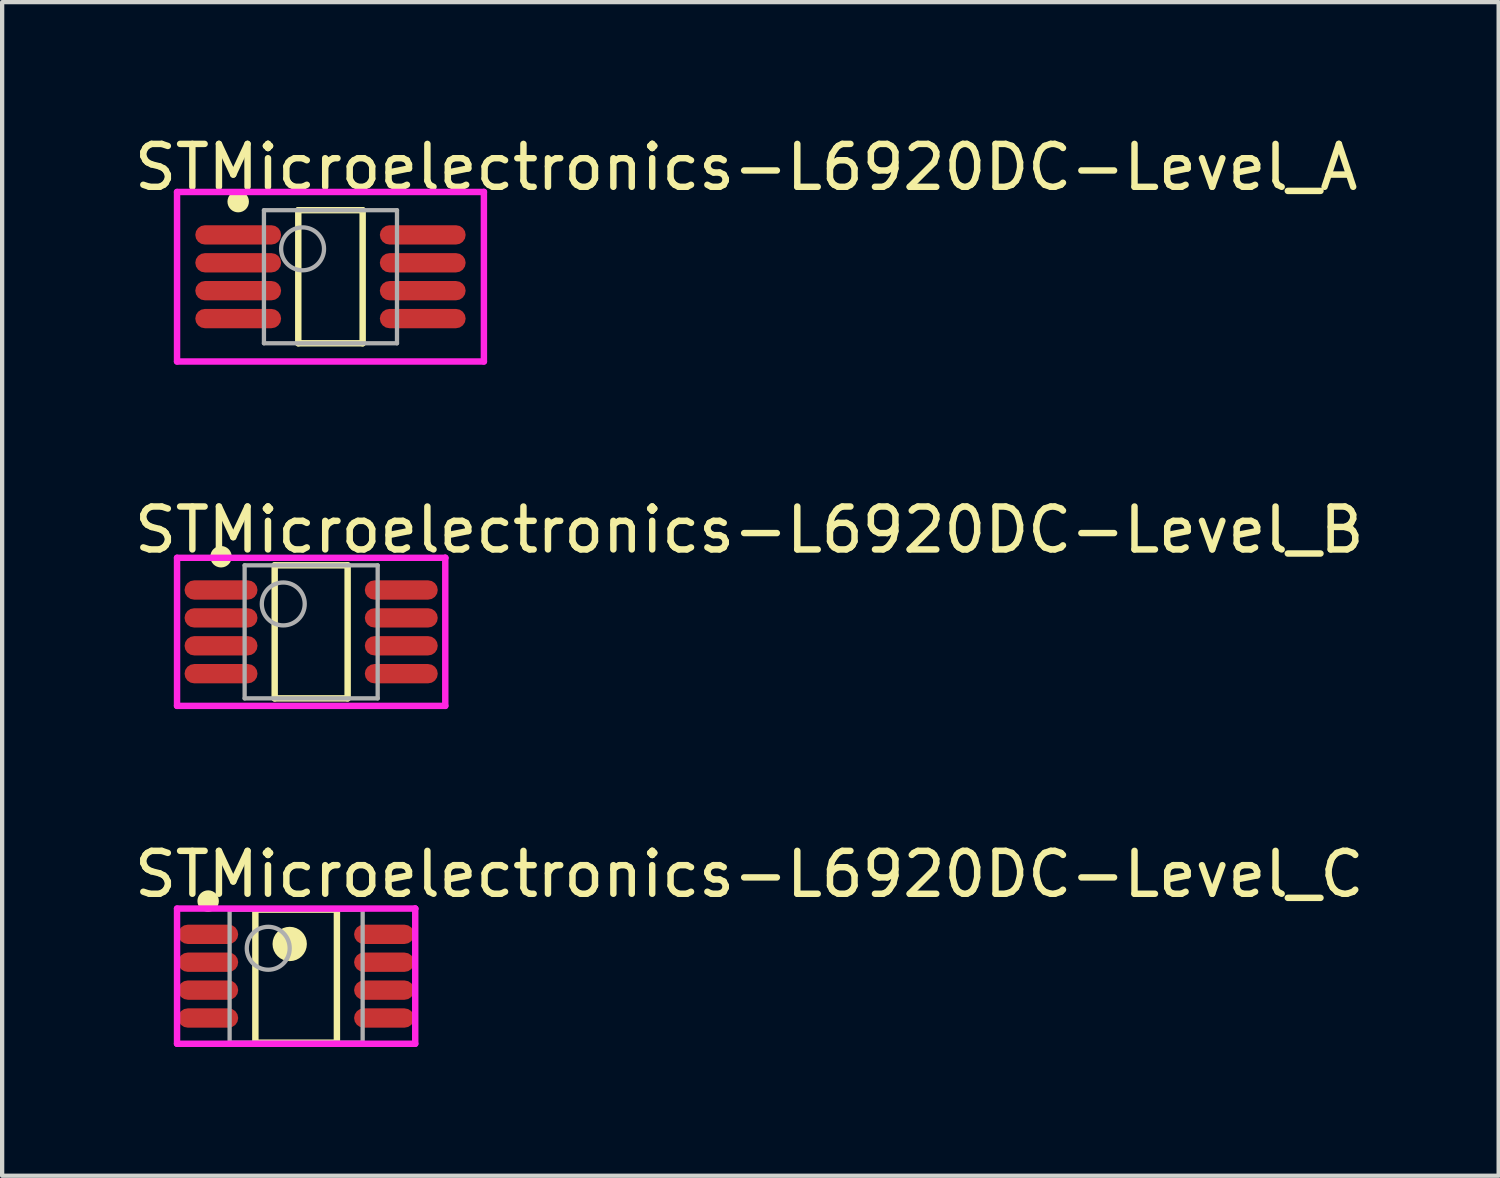
<source format=kicad_pcb>
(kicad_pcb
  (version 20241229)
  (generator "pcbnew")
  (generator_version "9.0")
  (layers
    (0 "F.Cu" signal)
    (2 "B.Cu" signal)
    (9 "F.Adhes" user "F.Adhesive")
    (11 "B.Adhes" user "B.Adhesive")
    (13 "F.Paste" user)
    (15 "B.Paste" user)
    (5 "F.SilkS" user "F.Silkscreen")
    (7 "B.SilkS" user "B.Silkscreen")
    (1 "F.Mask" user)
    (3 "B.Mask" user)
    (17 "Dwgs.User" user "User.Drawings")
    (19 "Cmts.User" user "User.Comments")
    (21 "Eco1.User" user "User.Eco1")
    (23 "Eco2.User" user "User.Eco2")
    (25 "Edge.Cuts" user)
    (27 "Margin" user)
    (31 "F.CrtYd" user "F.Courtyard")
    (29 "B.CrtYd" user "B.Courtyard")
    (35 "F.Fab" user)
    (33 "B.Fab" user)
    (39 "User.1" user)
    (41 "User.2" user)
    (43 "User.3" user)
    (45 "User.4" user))
  (footprint "STMicroelectronics-L6920DC-Level_A"
    (layer "F.Cu")
    (at 4.65 3.398)
    (property "Reference" "STMicroelectronics-L6920DC-Level_A" (at -4.65 -2.55 0) (layer "F.SilkS") (effects (font (size 1 1) (thickness 0.15)) (justify left)))
    (attr through_hole)
    (fp_line (start -0.75 -1.55) (end 0.75 -1.55) (stroke (width 0.15) (type solid)) (layer "F.SilkS"))
    (fp_line (start -0.75 1.55) (end -0.75 -1.55) (stroke (width 0.15) (type solid)) (layer "F.SilkS"))
    (fp_line (start -0.75 1.55) (end 0.75 1.55) (stroke (width 0.15) (type solid)) (layer "F.SilkS"))
    (fp_line (start 0.75 1.55) (end 0.75 -1.55) (stroke (width 0.15) (type solid)) (layer "F.SilkS"))
    (fp_circle (center -2.15 -1.75) (end -2.025 -1.75) (stroke (width 0.25) (type solid)) (fill no) (layer "F.SilkS"))
    (fp_line (start -3.575 -1.975) (end -3.575 1.975) (stroke (width 0.15) (type solid)) (layer "F.CrtYd"))
    (fp_line (start -3.575 1.975) (end 3.575 1.975) (stroke (width 0.15) (type solid)) (layer "F.CrtYd"))
    (fp_line (start 3.575 -1.975) (end -3.575 -1.975) (stroke (width 0.15) (type solid)) (layer "F.CrtYd"))
    (fp_line (start 3.575 -1.975) (end 3.575 -1.975) (stroke (width 0.15) (type solid)) (layer "F.CrtYd"))
    (fp_line (start 3.575 1.975) (end 3.575 -1.975) (stroke (width 0.15) (type solid)) (layer "F.CrtYd"))
    (fp_line (start -1.55 -1.55) (end 1.55 -1.55) (stroke (width 0.1) (type solid)) (layer "F.Fab"))
    (fp_line (start -1.55 1.55) (end -1.55 -1.55) (stroke (width 0.1) (type solid)) (layer "F.Fab"))
    (fp_line (start -1.55 1.55) (end 1.55 1.55) (stroke (width 0.1) (type solid)) (layer "F.Fab"))
    (fp_line (start 1.55 1.55) (end 1.55 -1.55) (stroke (width 0.1) (type solid)) (layer "F.Fab"))
    (fp_circle (center -0.65 -0.65) (end -0.15 -0.65) (stroke (width 0.1) (type solid)) (fill no) (layer "F.Fab"))
    (pad "1" smd roundrect (at -2.15 -0.975 270) (size 0.45 2) (layers "F.Cu" "F.Mask" "F.Paste") (roundrect_rratio 0.5))
    (pad "2" smd roundrect (at -2.15 -0.325 270) (size 0.45 2) (layers "F.Cu" "F.Mask" "F.Paste") (roundrect_rratio 0.5))
    (pad "3" smd roundrect (at -2.15 0.325 270) (size 0.45 2) (layers "F.Cu" "F.Mask" "F.Paste") (roundrect_rratio 0.5))
    (pad "4" smd roundrect (at -2.15 0.975 270) (size 0.45 2) (layers "F.Cu" "F.Mask" "F.Paste") (roundrect_rratio 0.5))
    (pad "5" smd roundrect (at 2.15 0.975 270) (size 0.45 2) (layers "F.Cu" "F.Mask" "F.Paste") (roundrect_rratio 0.5))
    (pad "6" smd roundrect (at 2.15 0.325 270) (size 0.45 2) (layers "F.Cu" "F.Mask" "F.Paste") (roundrect_rratio 0.5))
    (pad "7" smd roundrect (at 2.15 -0.325 270) (size 0.45 2) (layers "F.Cu" "F.Mask" "F.Paste") (roundrect_rratio 0.5))
    (pad "8" smd roundrect (at 2.15 -0.975 270) (size 0.45 2) (layers "F.Cu" "F.Mask" "F.Paste") (roundrect_rratio 0.5)))
  (footprint "STMicroelectronics-L6920DC-Level_C"
    (layer "F.Cu")
    (at 3.85 19.695)
    (property "Reference" "STMicroelectronics-L6920DC-Level_C" (at -3.85 -2.375 0) (layer "F.SilkS") (effects (font (size 1 1) (thickness 0.15)) (justify left)))
    (attr through_hole)
    (fp_line (start -0.95 -1.55) (end 0.95 -1.55) (stroke (width 0.15) (type solid)) (layer "F.SilkS"))
    (fp_line (start -0.95 1.55) (end -0.95 -1.55) (stroke (width 0.15) (type solid)) (layer "F.SilkS"))
    (fp_line (start -0.95 1.55) (end 0.95 1.55) (stroke (width 0.15) (type solid)) (layer "F.SilkS"))
    (fp_line (start 0.95 1.55) (end 0.95 -1.55) (stroke (width 0.15) (type solid)) (layer "F.SilkS"))
    (fp_circle (center -2.05 -1.75) (end -1.925 -1.75) (stroke (width 0.25) (type solid)) (fill no) (layer "F.SilkS"))
    (fp_circle (center -0.15 -0.75) (end 0.05 -0.75) (stroke (width 0.4) (type solid)) (fill no) (layer "F.SilkS"))
    (fp_line (start -2.775 -1.575) (end -2.775 1.575) (stroke (width 0.15) (type solid)) (layer "F.CrtYd"))
    (fp_line (start -2.775 1.575) (end 2.775 1.575) (stroke (width 0.15) (type solid)) (layer "F.CrtYd"))
    (fp_line (start 2.775 -1.575) (end -2.775 -1.575) (stroke (width 0.15) (type solid)) (layer "F.CrtYd"))
    (fp_line (start 2.775 -1.575) (end 2.775 -1.575) (stroke (width 0.15) (type solid)) (layer "F.CrtYd"))
    (fp_line (start 2.775 1.575) (end 2.775 -1.575) (stroke (width 0.15) (type solid)) (layer "F.CrtYd"))
    (fp_line (start -1.55 -1.55) (end 1.55 -1.55) (stroke (width 0.1) (type solid)) (layer "F.Fab"))
    (fp_line (start -1.55 1.55) (end -1.55 -1.55) (stroke (width 0.1) (type solid)) (layer "F.Fab"))
    (fp_line (start -1.55 1.55) (end 1.55 1.55) (stroke (width 0.1) (type solid)) (layer "F.Fab"))
    (fp_line (start 1.55 1.55) (end 1.55 -1.55) (stroke (width 0.1) (type solid)) (layer "F.Fab"))
    (fp_circle (center -0.65 -0.65) (end -0.15 -0.65) (stroke (width 0.1) (type solid)) (fill no) (layer "F.Fab"))
    (pad "1" smd roundrect (at -2.05 -0.975 270) (size 0.45 1.4) (layers "F.Cu" "F.Mask" "F.Paste") (roundrect_rratio 0.5))
    (pad "2" smd roundrect (at -2.05 -0.325 270) (size 0.45 1.4) (layers "F.Cu" "F.Mask" "F.Paste") (roundrect_rratio 0.5))
    (pad "3" smd roundrect (at -2.05 0.325 270) (size 0.45 1.4) (layers "F.Cu" "F.Mask" "F.Paste") (roundrect_rratio 0.5))
    (pad "4" smd roundrect (at -2.05 0.975 270) (size 0.45 1.4) (layers "F.Cu" "F.Mask" "F.Paste") (roundrect_rratio 0.5))
    (pad "5" smd roundrect (at 2.05 0.975 270) (size 0.45 1.4) (layers "F.Cu" "F.Mask" "F.Paste") (roundrect_rratio 0.5))
    (pad "6" smd roundrect (at 2.05 0.325 270) (size 0.45 1.4) (layers "F.Cu" "F.Mask" "F.Paste") (roundrect_rratio 0.5))
    (pad "7" smd roundrect (at 2.05 -0.325 270) (size 0.45 1.4) (layers "F.Cu" "F.Mask" "F.Paste") (roundrect_rratio 0.5))
    (pad "8" smd roundrect (at 2.05 -0.975 270) (size 0.45 1.4) (layers "F.Cu" "F.Mask" "F.Paste") (roundrect_rratio 0.5)))
  (footprint "STMicroelectronics-L6920DC-Level_B"
    (layer "F.Cu")
    (at 4.2 11.672)
    (property "Reference" "STMicroelectronics-L6920DC-Level_B" (at -4.2 -2.375 0) (layer "F.SilkS") (effects (font (size 1 1) (thickness 0.15)) (justify left)))
    (attr through_hole)
    (fp_line (start -0.85 -1.55) (end 0.85 -1.55) (stroke (width 0.15) (type solid)) (layer "F.SilkS"))
    (fp_line (start -0.85 1.55) (end -0.85 -1.55) (stroke (width 0.15) (type solid)) (layer "F.SilkS"))
    (fp_line (start -0.85 1.55) (end 0.85 1.55) (stroke (width 0.15) (type solid)) (layer "F.SilkS"))
    (fp_line (start 0.85 1.55) (end 0.85 -1.55) (stroke (width 0.15) (type solid)) (layer "F.SilkS"))
    (fp_circle (center -2.1 -1.75) (end -1.975 -1.75) (stroke (width 0.25) (type solid)) (fill no) (layer "F.SilkS"))
    (fp_line (start -3.125 -1.725) (end -3.125 1.725) (stroke (width 0.15) (type solid)) (layer "F.CrtYd"))
    (fp_line (start -3.125 1.725) (end 3.125 1.725) (stroke (width 0.15) (type solid)) (layer "F.CrtYd"))
    (fp_line (start 3.125 -1.725) (end -3.125 -1.725) (stroke (width 0.15) (type solid)) (layer "F.CrtYd"))
    (fp_line (start 3.125 -1.725) (end 3.125 -1.725) (stroke (width 0.15) (type solid)) (layer "F.CrtYd"))
    (fp_line (start 3.125 1.725) (end 3.125 -1.725) (stroke (width 0.15) (type solid)) (layer "F.CrtYd"))
    (fp_line (start -1.55 -1.55) (end 1.55 -1.55) (stroke (width 0.1) (type solid)) (layer "F.Fab"))
    (fp_line (start -1.55 1.55) (end -1.55 -1.55) (stroke (width 0.1) (type solid)) (layer "F.Fab"))
    (fp_line (start -1.55 1.55) (end 1.55 1.55) (stroke (width 0.1) (type solid)) (layer "F.Fab"))
    (fp_line (start 1.55 1.55) (end 1.55 -1.55) (stroke (width 0.1) (type solid)) (layer "F.Fab"))
    (fp_circle (center -0.65 -0.65) (end -0.15 -0.65) (stroke (width 0.1) (type solid)) (fill no) (layer "F.Fab"))
    (pad "1" smd roundrect (at -2.1 -0.975 270) (size 0.45 1.7) (layers "F.Cu" "F.Mask" "F.Paste") (roundrect_rratio 0.5))
    (pad "2" smd roundrect (at -2.1 -0.325 270) (size 0.45 1.7) (layers "F.Cu" "F.Mask" "F.Paste") (roundrect_rratio 0.5))
    (pad "3" smd roundrect (at -2.1 0.325 270) (size 0.45 1.7) (layers "F.Cu" "F.Mask" "F.Paste") (roundrect_rratio 0.5))
    (pad "4" smd roundrect (at -2.1 0.975 270) (size 0.45 1.7) (layers "F.Cu" "F.Mask" "F.Paste") (roundrect_rratio 0.5))
    (pad "5" smd roundrect (at 2.1 0.975 270) (size 0.45 1.7) (layers "F.Cu" "F.Mask" "F.Paste") (roundrect_rratio 0.5))
    (pad "6" smd roundrect (at 2.1 0.325 270) (size 0.45 1.7) (layers "F.Cu" "F.Mask" "F.Paste") (roundrect_rratio 0.5))
    (pad "7" smd roundrect (at 2.1 -0.325 270) (size 0.45 1.7) (layers "F.Cu" "F.Mask" "F.Paste") (roundrect_rratio 0.5))
    (pad "8" smd roundrect (at 2.1 -0.975 270) (size 0.45 1.7) (layers "F.Cu" "F.Mask" "F.Paste") (roundrect_rratio 0.5)))
  (gr_rect
    (start -3 -3)
    (end 31.869 24.345)
    (stroke (width 0.1) (type default))
    (fill no)
    (layer "Edge.Cuts")))
</source>
